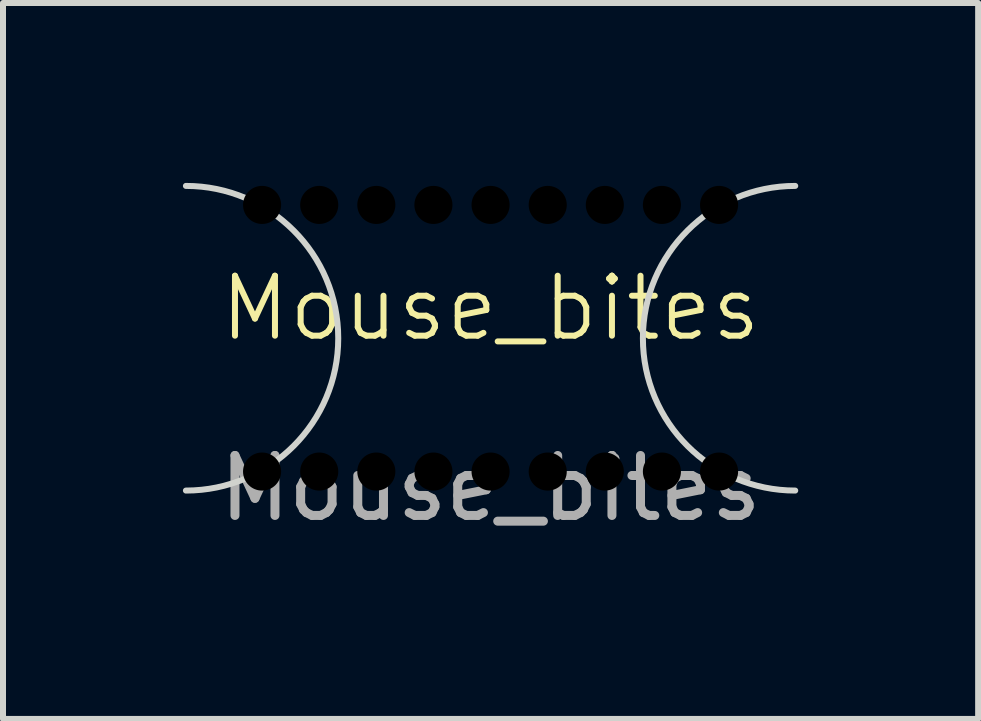
<source format=kicad_pcb>
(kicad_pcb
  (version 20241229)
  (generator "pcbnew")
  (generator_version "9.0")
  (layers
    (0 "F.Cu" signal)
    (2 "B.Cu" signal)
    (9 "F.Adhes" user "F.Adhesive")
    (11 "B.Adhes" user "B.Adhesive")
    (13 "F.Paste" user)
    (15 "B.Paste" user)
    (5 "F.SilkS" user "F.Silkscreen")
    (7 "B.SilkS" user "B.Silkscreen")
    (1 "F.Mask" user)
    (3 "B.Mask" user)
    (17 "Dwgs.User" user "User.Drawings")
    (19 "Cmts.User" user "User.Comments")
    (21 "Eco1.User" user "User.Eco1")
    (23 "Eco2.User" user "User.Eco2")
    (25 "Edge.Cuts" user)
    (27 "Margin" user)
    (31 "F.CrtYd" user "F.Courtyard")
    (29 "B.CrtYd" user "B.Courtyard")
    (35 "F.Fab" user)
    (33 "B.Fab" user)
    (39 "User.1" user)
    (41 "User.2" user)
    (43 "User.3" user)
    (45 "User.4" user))
  (footprint "Mouse_bites"
    (layer "F.Cu")
    (at 5.13 2.59)
    (property "Reference" "Mouse_bites" (at 0 -0.5 0) (unlocked yes) (layer "F.SilkS") (effects (font (size 1 1) (thickness 0.1))))
    (fp_arc (start -5.08 -2.54) (mid -2.54 0) (end -5.08 2.54) (stroke (width 0.1) (type default)) (layer "Edge.Cuts"))
    (fp_arc (start 5.08 2.54) (mid 2.54 0) (end 5.08 -2.54) (stroke (width 0.1) (type default)) (layer "Edge.Cuts"))
    (fp_text user "${REFERENCE}" (at 0 2.5 0) (unlocked yes) (layer "F.Fab") (effects (font (size 1 1) (thickness 0.15))))
    (pad "" np_thru_hole circle (at -3.81 -2.223) (size 0.635 0.635) (drill 0.635) (layers "*.Mask"))
    (pad "" np_thru_hole circle (at -3.81 2.223) (size 0.635 0.635) (drill 0.635) (layers "*.Mask"))
    (pad "" np_thru_hole circle (at -2.857 -2.223) (size 0.635 0.635) (drill 0.635) (layers "*.Mask"))
    (pad "" np_thru_hole circle (at -2.857 2.223) (size 0.635 0.635) (drill 0.635) (layers "*.Mask"))
    (pad "" np_thru_hole circle (at -1.905 -2.223) (size 0.635 0.635) (drill 0.635) (layers "*.Mask"))
    (pad "" np_thru_hole circle (at -1.905 2.223) (size 0.635 0.635) (drill 0.635) (layers "*.Mask"))
    (pad "" np_thru_hole circle (at -0.953 -2.223) (size 0.635 0.635) (drill 0.635) (layers "*.Mask"))
    (pad "" np_thru_hole circle (at -0.953 2.223) (size 0.635 0.635) (drill 0.635) (layers "*.Mask"))
    (pad "" np_thru_hole circle (at 0 -2.223) (size 0.635 0.635) (drill 0.635) (layers "*.Mask"))
    (pad "" np_thru_hole circle (at 0 2.223) (size 0.635 0.635) (drill 0.635) (layers "*.Mask"))
    (pad "" np_thru_hole circle (at 0.953 -2.223) (size 0.635 0.635) (drill 0.635) (layers "*.Mask"))
    (pad "" np_thru_hole circle (at 0.953 2.223) (size 0.635 0.635) (drill 0.635) (layers "*.Mask"))
    (pad "" np_thru_hole circle (at 1.905 -2.223) (size 0.635 0.635) (drill 0.635) (layers "*.Mask"))
    (pad "" np_thru_hole circle (at 1.905 2.223) (size 0.635 0.635) (drill 0.635) (layers "*.Mask"))
    (pad "" np_thru_hole circle (at 2.857 -2.223) (size 0.635 0.635) (drill 0.635) (layers "*.Mask"))
    (pad "" np_thru_hole circle (at 2.857 2.223) (size 0.635 0.635) (drill 0.635) (layers "*.Mask"))
    (pad "" np_thru_hole circle (at 3.81 -2.223) (size 0.635 0.635) (drill 0.635) (layers "*.Mask"))
    (pad "" np_thru_hole circle (at 3.81 2.223) (size 0.635 0.635) (drill 0.635) (layers "*.Mask")))
  (gr_rect
    (start -3 -3)
    (end 13.26 8.938)
    (stroke (width 0.1) (type default))
    (fill no)
    (layer "Edge.Cuts")))
</source>
